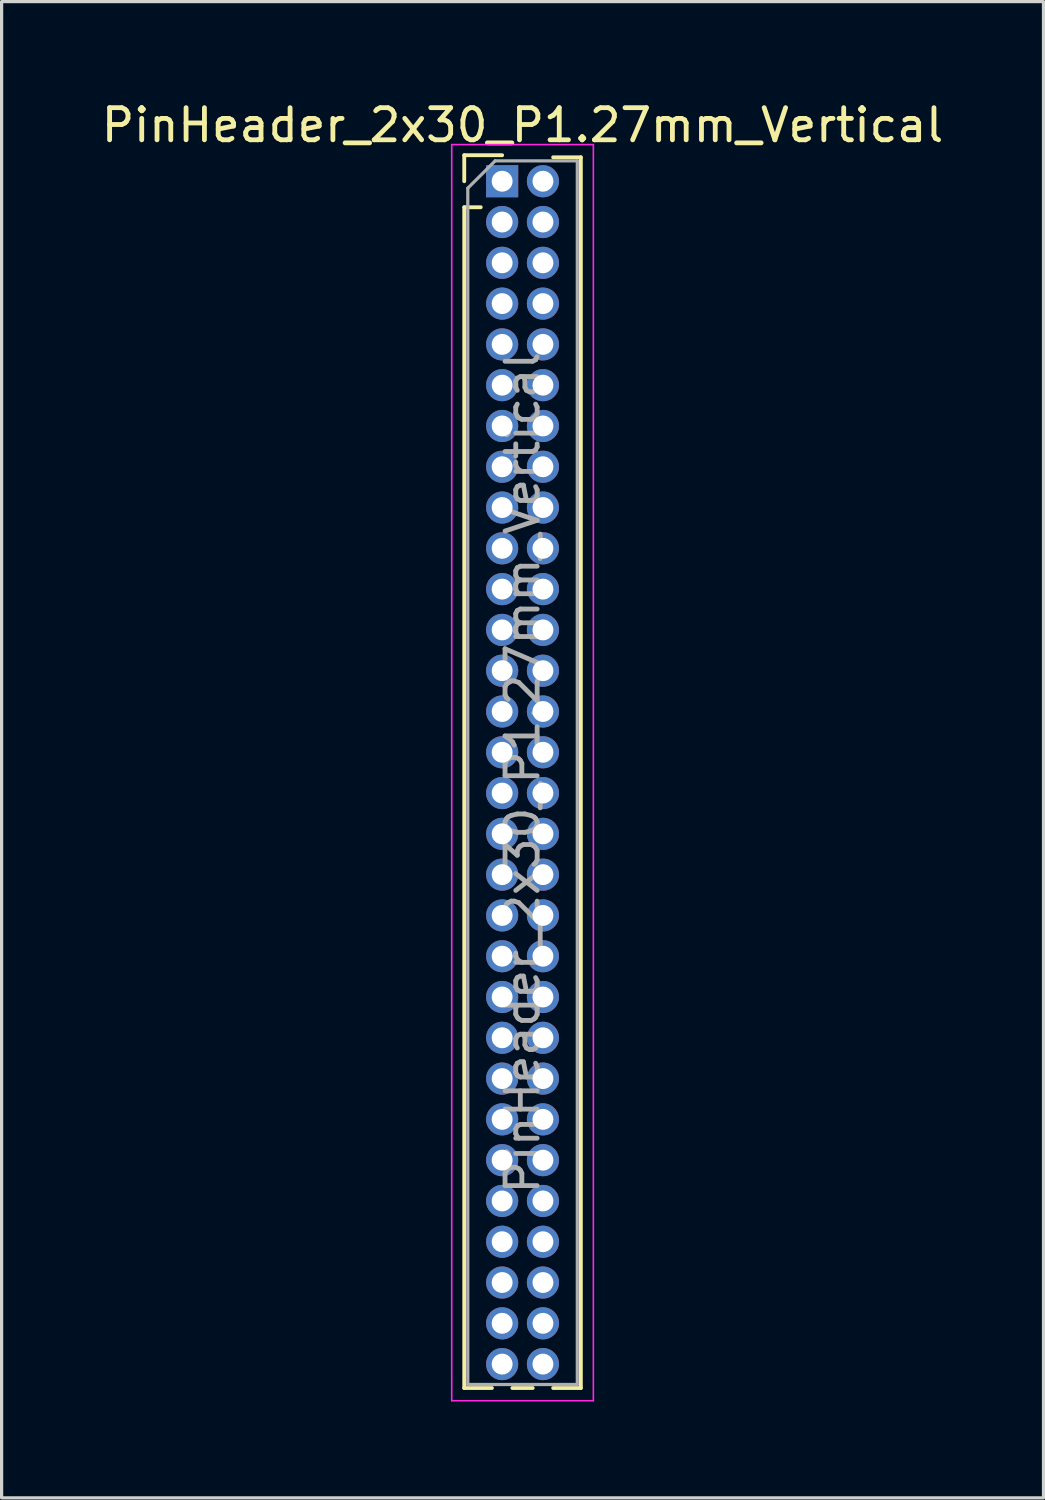
<source format=kicad_pcb>
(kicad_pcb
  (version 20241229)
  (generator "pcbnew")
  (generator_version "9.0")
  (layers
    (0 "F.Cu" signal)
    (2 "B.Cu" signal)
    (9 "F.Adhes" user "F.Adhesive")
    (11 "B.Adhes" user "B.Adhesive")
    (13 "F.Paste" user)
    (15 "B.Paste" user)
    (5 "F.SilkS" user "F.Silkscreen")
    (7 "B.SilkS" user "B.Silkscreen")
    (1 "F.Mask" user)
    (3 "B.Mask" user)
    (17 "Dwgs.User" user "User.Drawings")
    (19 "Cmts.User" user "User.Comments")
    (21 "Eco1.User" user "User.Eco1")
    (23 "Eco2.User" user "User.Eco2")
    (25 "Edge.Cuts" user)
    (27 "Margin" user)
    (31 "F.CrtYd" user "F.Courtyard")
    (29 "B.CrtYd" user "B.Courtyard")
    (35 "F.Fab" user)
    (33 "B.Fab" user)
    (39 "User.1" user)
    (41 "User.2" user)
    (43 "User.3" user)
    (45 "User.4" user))
  (footprint "PinHeader_2x30_P1.27mm_Vertical"
    (layer "F.Cu")
    (at 12.585 2.593)
    (property "Reference" "PinHeader_2x30_P1.27mm_Vertical" (at 0.635 -1.745 0) (layer "F.SilkS") (effects (font (size 1 1) (thickness 0.15))))
    (attr through_hole)
    (fp_line (start -1.18 -0.81) (end 0 -0.81) (stroke (width 0.12) (type solid)) (layer "F.SilkS"))
    (fp_line (start -1.18 0) (end -1.18 -0.81) (stroke (width 0.12) (type solid)) (layer "F.SilkS"))
    (fp_line (start -1.18 0.81) (end -1.18 37.575) (stroke (width 0.12) (type solid)) (layer "F.SilkS"))
    (fp_line (start -1.18 0.81) (end -0.667 0.81) (stroke (width 0.12) (type solid)) (layer "F.SilkS"))
    (fp_line (start -1.18 37.575) (end -0.318 37.575) (stroke (width 0.12) (type solid)) (layer "F.SilkS"))
    (fp_line (start 0.318 37.575) (end 0.952 37.575) (stroke (width 0.12) (type solid)) (layer "F.SilkS"))
    (fp_line (start 1.588 -0.745) (end 2.45 -0.745) (stroke (width 0.12) (type solid)) (layer "F.SilkS"))
    (fp_line (start 1.588 37.575) (end 2.45 37.575) (stroke (width 0.12) (type solid)) (layer "F.SilkS"))
    (fp_line (start 2.45 -0.745) (end 2.45 37.575) (stroke (width 0.12) (type solid)) (layer "F.SilkS"))
    (fp_line (start -1.57 -1.14) (end -1.57 37.97) (stroke (width 0.05) (type solid)) (layer "F.CrtYd"))
    (fp_line (start -1.57 37.97) (end 2.84 37.97) (stroke (width 0.05) (type solid)) (layer "F.CrtYd"))
    (fp_line (start 2.84 -1.14) (end -1.57 -1.14) (stroke (width 0.05) (type solid)) (layer "F.CrtYd"))
    (fp_line (start 2.84 37.97) (end 2.84 -1.14) (stroke (width 0.05) (type solid)) (layer "F.CrtYd"))
    (fp_line (start -1.07 0.217) (end -0.217 -0.635) (stroke (width 0.1) (type solid)) (layer "F.Fab"))
    (fp_line (start -1.07 37.465) (end -1.07 0.217) (stroke (width 0.1) (type solid)) (layer "F.Fab"))
    (fp_line (start -0.217 -0.635) (end 2.34 -0.635) (stroke (width 0.1) (type solid)) (layer "F.Fab"))
    (fp_line (start 2.34 -0.635) (end 2.34 37.465) (stroke (width 0.1) (type solid)) (layer "F.Fab"))
    (fp_line (start 2.34 37.465) (end -1.07 37.465) (stroke (width 0.1) (type solid)) (layer "F.Fab"))
    (fp_text user "${REFERENCE}" (at 0.635 18.415 90) (layer "F.Fab") (effects (font (size 1 1) (thickness 0.15))))
    (pad "1" thru_hole rect (at 0 0) (size 1 1) (drill 0.65) (layers "*.Cu" "*.Mask"))
    (pad "2" thru_hole circle (at 1.27 0) (size 1 1) (drill 0.65) (layers "*.Cu" "*.Mask"))
    (pad "3" thru_hole circle (at 0 1.27) (size 1 1) (drill 0.65) (layers "*.Cu" "*.Mask"))
    (pad "4" thru_hole circle (at 1.27 1.27) (size 1 1) (drill 0.65) (layers "*.Cu" "*.Mask"))
    (pad "5" thru_hole circle (at 0 2.54) (size 1 1) (drill 0.65) (layers "*.Cu" "*.Mask"))
    (pad "6" thru_hole circle (at 1.27 2.54) (size 1 1) (drill 0.65) (layers "*.Cu" "*.Mask"))
    (pad "7" thru_hole circle (at 0 3.81) (size 1 1) (drill 0.65) (layers "*.Cu" "*.Mask"))
    (pad "8" thru_hole circle (at 1.27 3.81) (size 1 1) (drill 0.65) (layers "*.Cu" "*.Mask"))
    (pad "9" thru_hole circle (at 0 5.08) (size 1 1) (drill 0.65) (layers "*.Cu" "*.Mask"))
    (pad "10" thru_hole circle (at 1.27 5.08) (size 1 1) (drill 0.65) (layers "*.Cu" "*.Mask"))
    (pad "11" thru_hole circle (at 0 6.35) (size 1 1) (drill 0.65) (layers "*.Cu" "*.Mask"))
    (pad "12" thru_hole circle (at 1.27 6.35) (size 1 1) (drill 0.65) (layers "*.Cu" "*.Mask"))
    (pad "13" thru_hole circle (at 0 7.62) (size 1 1) (drill 0.65) (layers "*.Cu" "*.Mask"))
    (pad "14" thru_hole circle (at 1.27 7.62) (size 1 1) (drill 0.65) (layers "*.Cu" "*.Mask"))
    (pad "15" thru_hole circle (at 0 8.89) (size 1 1) (drill 0.65) (layers "*.Cu" "*.Mask"))
    (pad "16" thru_hole circle (at 1.27 8.89) (size 1 1) (drill 0.65) (layers "*.Cu" "*.Mask"))
    (pad "17" thru_hole circle (at 0 10.16) (size 1 1) (drill 0.65) (layers "*.Cu" "*.Mask"))
    (pad "18" thru_hole circle (at 1.27 10.16) (size 1 1) (drill 0.65) (layers "*.Cu" "*.Mask"))
    (pad "19" thru_hole circle (at 0 11.43) (size 1 1) (drill 0.65) (layers "*.Cu" "*.Mask"))
    (pad "20" thru_hole circle (at 1.27 11.43) (size 1 1) (drill 0.65) (layers "*.Cu" "*.Mask"))
    (pad "21" thru_hole circle (at 0 12.7) (size 1 1) (drill 0.65) (layers "*.Cu" "*.Mask"))
    (pad "22" thru_hole circle (at 1.27 12.7) (size 1 1) (drill 0.65) (layers "*.Cu" "*.Mask"))
    (pad "23" thru_hole circle (at 0 13.97) (size 1 1) (drill 0.65) (layers "*.Cu" "*.Mask"))
    (pad "24" thru_hole circle (at 1.27 13.97) (size 1 1) (drill 0.65) (layers "*.Cu" "*.Mask"))
    (pad "25" thru_hole circle (at 0 15.24) (size 1 1) (drill 0.65) (layers "*.Cu" "*.Mask"))
    (pad "26" thru_hole circle (at 1.27 15.24) (size 1 1) (drill 0.65) (layers "*.Cu" "*.Mask"))
    (pad "27" thru_hole circle (at 0 16.51) (size 1 1) (drill 0.65) (layers "*.Cu" "*.Mask"))
    (pad "28" thru_hole circle (at 1.27 16.51) (size 1 1) (drill 0.65) (layers "*.Cu" "*.Mask"))
    (pad "29" thru_hole circle (at 0 17.78) (size 1 1) (drill 0.65) (layers "*.Cu" "*.Mask"))
    (pad "30" thru_hole circle (at 1.27 17.78) (size 1 1) (drill 0.65) (layers "*.Cu" "*.Mask"))
    (pad "31" thru_hole circle (at 0 19.05) (size 1 1) (drill 0.65) (layers "*.Cu" "*.Mask"))
    (pad "32" thru_hole circle (at 1.27 19.05) (size 1 1) (drill 0.65) (layers "*.Cu" "*.Mask"))
    (pad "33" thru_hole circle (at 0 20.32) (size 1 1) (drill 0.65) (layers "*.Cu" "*.Mask"))
    (pad "34" thru_hole circle (at 1.27 20.32) (size 1 1) (drill 0.65) (layers "*.Cu" "*.Mask"))
    (pad "35" thru_hole circle (at 0 21.59) (size 1 1) (drill 0.65) (layers "*.Cu" "*.Mask"))
    (pad "36" thru_hole circle (at 1.27 21.59) (size 1 1) (drill 0.65) (layers "*.Cu" "*.Mask"))
    (pad "37" thru_hole circle (at 0 22.86) (size 1 1) (drill 0.65) (layers "*.Cu" "*.Mask"))
    (pad "38" thru_hole circle (at 1.27 22.86) (size 1 1) (drill 0.65) (layers "*.Cu" "*.Mask"))
    (pad "39" thru_hole circle (at 0 24.13) (size 1 1) (drill 0.65) (layers "*.Cu" "*.Mask"))
    (pad "40" thru_hole circle (at 1.27 24.13) (size 1 1) (drill 0.65) (layers "*.Cu" "*.Mask"))
    (pad "41" thru_hole circle (at 0 25.4) (size 1 1) (drill 0.65) (layers "*.Cu" "*.Mask"))
    (pad "42" thru_hole circle (at 1.27 25.4) (size 1 1) (drill 0.65) (layers "*.Cu" "*.Mask"))
    (pad "43" thru_hole circle (at 0 26.67) (size 1 1) (drill 0.65) (layers "*.Cu" "*.Mask"))
    (pad "44" thru_hole circle (at 1.27 26.67) (size 1 1) (drill 0.65) (layers "*.Cu" "*.Mask"))
    (pad "45" thru_hole circle (at 0 27.94) (size 1 1) (drill 0.65) (layers "*.Cu" "*.Mask"))
    (pad "46" thru_hole circle (at 1.27 27.94) (size 1 1) (drill 0.65) (layers "*.Cu" "*.Mask"))
    (pad "47" thru_hole circle (at 0 29.21) (size 1 1) (drill 0.65) (layers "*.Cu" "*.Mask"))
    (pad "48" thru_hole circle (at 1.27 29.21) (size 1 1) (drill 0.65) (layers "*.Cu" "*.Mask"))
    (pad "49" thru_hole circle (at 0 30.48) (size 1 1) (drill 0.65) (layers "*.Cu" "*.Mask"))
    (pad "50" thru_hole circle (at 1.27 30.48) (size 1 1) (drill 0.65) (layers "*.Cu" "*.Mask"))
    (pad "51" thru_hole circle (at 0 31.75) (size 1 1) (drill 0.65) (layers "*.Cu" "*.Mask"))
    (pad "52" thru_hole circle (at 1.27 31.75) (size 1 1) (drill 0.65) (layers "*.Cu" "*.Mask"))
    (pad "53" thru_hole circle (at 0 33.02) (size 1 1) (drill 0.65) (layers "*.Cu" "*.Mask"))
    (pad "54" thru_hole circle (at 1.27 33.02) (size 1 1) (drill 0.65) (layers "*.Cu" "*.Mask"))
    (pad "55" thru_hole circle (at 0 34.29) (size 1 1) (drill 0.65) (layers "*.Cu" "*.Mask"))
    (pad "56" thru_hole circle (at 1.27 34.29) (size 1 1) (drill 0.65) (layers "*.Cu" "*.Mask"))
    (pad "57" thru_hole circle (at 0 35.56) (size 1 1) (drill 0.65) (layers "*.Cu" "*.Mask"))
    (pad "58" thru_hole circle (at 1.27 35.56) (size 1 1) (drill 0.65) (layers "*.Cu" "*.Mask"))
    (pad "59" thru_hole circle (at 0 36.83) (size 1 1) (drill 0.65) (layers "*.Cu" "*.Mask"))
    (pad "60" thru_hole circle (at 1.27 36.83) (size 1 1) (drill 0.65) (layers "*.Cu" "*.Mask")))
  (gr_rect
    (start -3 -3)
    (end 29.44 43.588)
    (stroke (width 0.1) (type default))
    (fill no)
    (layer "Edge.Cuts")))
</source>
